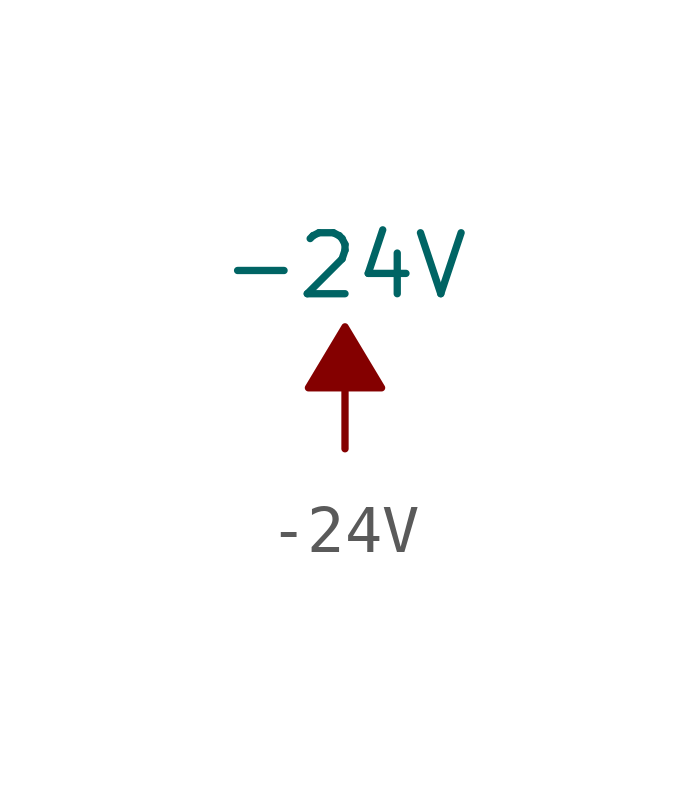
<source format=kicad_sym>
(kicad_symbol_lib
  (version 20220914)
  (generator kicad_symbol_editor)
  (symbol "-24V"
    (power)
    (pin_names
      (offset 0))
    (property "Reference" "#PWR"
      (at 0 2.54 0)
      (effects (font (size 1.27 1.27)) hide))
    (property "Value" "-24V"
      (at 0 3.81 0)
      (effects (font (size 1.27 1.27))))
    (symbol "-24V_0_0"
      (pin power_in line (at 0 0 90) (length 0) hide (name "-24V" (effects (font (size 1.27 1.27)))) (number "1" (effects (font (size 1.27 1.27))))))
    (symbol "-24V_0_1"
      (polyline (pts (xy 0 0) (xy 0 1.27) (xy 0.762 1.27) (xy 0 2.54) (xy -0.762 1.27) (xy 0 1.27)) (stroke (width 0) (type default)) (fill (type outline))))))
</source>
